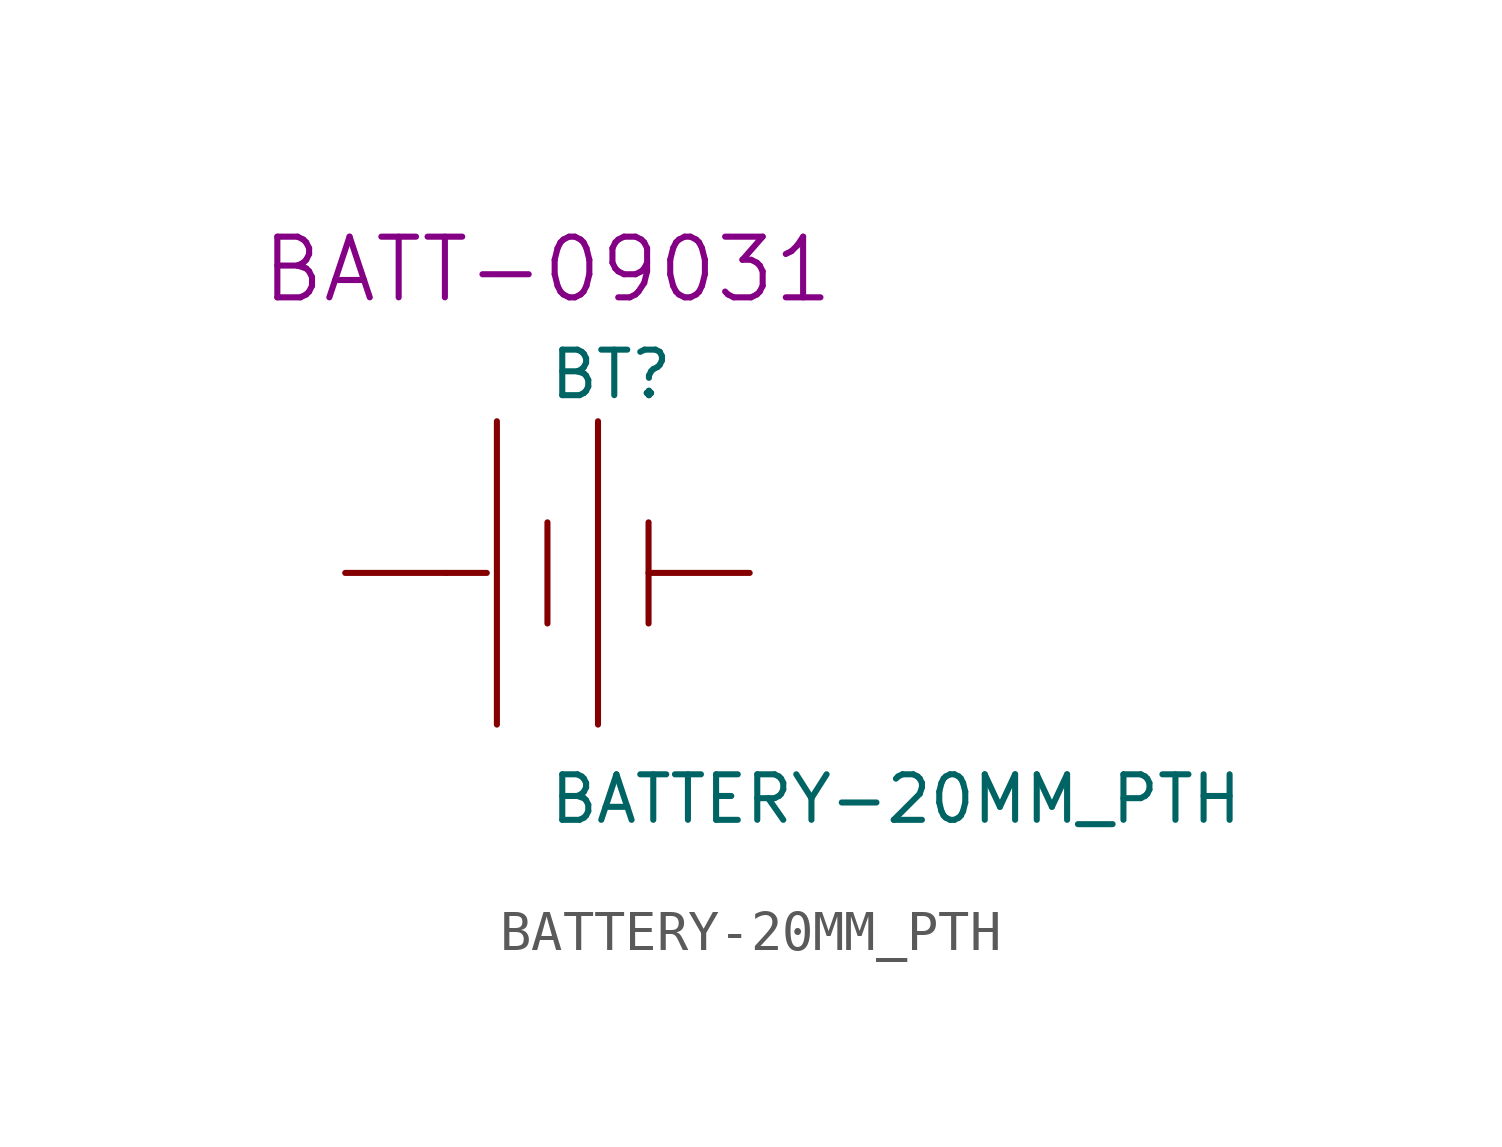
<source format=kicad_sym>
(kicad_symbol_lib
  (version 20220914)
  (generator kicad_symbol_editor)
  (symbol "BATTERY-20MM_PTH"
    (pin_numbers hide)
    (pin_names
      (offset 1.016) hide)
    (property "Reference" "BT"
      (at 0 4.318 0)
      (effects (font (size 1.143 1.143)) (justify left bottom)))
    (property "Value" "BATTERY-20MM_PTH"
      (at 0 -6.35 0)
      (effects (font (size 1.143 1.143)) (justify left bottom)))
    (property "Field4" "BATT-09031"
      (at 0 7.62 0)
      (effects (font (size 1.524 1.524))))
    (property "ki_locked" ""
      (at 0 0 0)
      (effects (font (size 1.27 1.27))))
    (symbol "BATTERY-20MM_PTH_1_0"
      (polyline (pts (xy -2.54 0) (xy -1.524 0)) (stroke (width 0) (type solid)) (fill (type none)))
      (polyline (pts (xy -1.27 3.81) (xy -1.27 -3.81)) (stroke (width 0) (type solid)) (fill (type none)))
      (polyline (pts (xy 0 1.27) (xy 0 -1.27)) (stroke (width 0) (type solid)) (fill (type none)))
      (polyline (pts (xy 1.27 3.81) (xy 1.27 -3.81)) (stroke (width 0) (type solid)) (fill (type none)))
      (polyline (pts (xy 2.54 1.27) (xy 2.54 -1.27)) (stroke (width 0) (type solid)) (fill (type none))))
    (symbol "BATTERY-20MM_PTH_1_1"
      (pin power_in line (at -5.08 0 0) (length 2.54) (name "+" (effects (font (size 1.016 1.016)))) (number "1" (effects (font (size 1.016 1.016)))))
      (pin power_in line (at 5.08 0 180) (length 2.54) (name "-" (effects (font (size 1.016 1.016)))) (number "2" (effects (font (size 1.016 1.016))))))))
</source>
